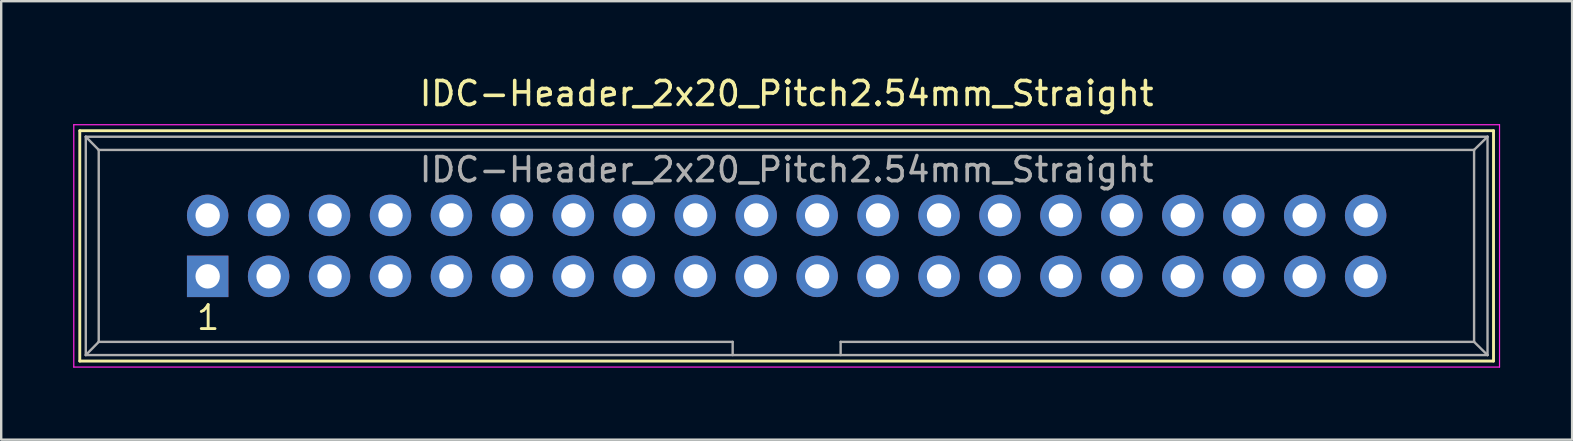
<source format=kicad_pcb>
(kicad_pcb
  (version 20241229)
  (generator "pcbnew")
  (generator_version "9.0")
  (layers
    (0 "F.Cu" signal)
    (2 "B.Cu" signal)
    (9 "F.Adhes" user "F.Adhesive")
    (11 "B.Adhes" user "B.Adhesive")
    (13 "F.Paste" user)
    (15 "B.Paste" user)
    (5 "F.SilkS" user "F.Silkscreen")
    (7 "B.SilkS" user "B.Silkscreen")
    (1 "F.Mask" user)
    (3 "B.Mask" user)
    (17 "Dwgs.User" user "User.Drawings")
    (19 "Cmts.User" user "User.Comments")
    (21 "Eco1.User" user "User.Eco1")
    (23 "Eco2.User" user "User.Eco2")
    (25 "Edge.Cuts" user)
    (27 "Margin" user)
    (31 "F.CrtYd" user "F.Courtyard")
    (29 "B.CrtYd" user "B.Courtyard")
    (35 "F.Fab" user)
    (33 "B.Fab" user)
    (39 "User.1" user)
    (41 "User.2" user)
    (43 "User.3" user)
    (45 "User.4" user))
  (footprint "IDC-Header_2x20_Pitch2.54mm_Straight"
    (layer "F.Cu")
    (at 5.605 8.468)
    (property "Reference" "IDC-Header_2x20_Pitch2.54mm_Straight" (at 24.13 -7.62 0) (layer "F.SilkS") (effects (font (size 1 1) (thickness 0.15))))
    (attr through_hole)
    (fp_line (start -5.33 -6.07) (end 53.59 -6.07) (stroke (width 0.12) (type solid)) (layer "F.SilkS"))
    (fp_line (start -5.33 3.53) (end -5.33 -6.07) (stroke (width 0.12) (type solid)) (layer "F.SilkS"))
    (fp_line (start 53.59 -6.07) (end 53.59 3.53) (stroke (width 0.12) (type solid)) (layer "F.SilkS"))
    (fp_line (start 53.59 3.53) (end -5.33 3.53) (stroke (width 0.12) (type solid)) (layer "F.SilkS"))
    (fp_line (start -5.58 -6.32) (end 53.84 -6.32) (stroke (width 0.05) (type solid)) (layer "F.CrtYd"))
    (fp_line (start -5.58 3.78) (end -5.58 -6.32) (stroke (width 0.05) (type solid)) (layer "F.CrtYd"))
    (fp_line (start 53.84 -6.32) (end 53.84 3.78) (stroke (width 0.05) (type solid)) (layer "F.CrtYd"))
    (fp_line (start 53.84 3.78) (end -5.58 3.78) (stroke (width 0.05) (type solid)) (layer "F.CrtYd"))
    (fp_line (start -5.08 -5.82) (end -5.08 3.28) (stroke (width 0.1) (type solid)) (layer "F.Fab"))
    (fp_line (start -5.08 -5.82) (end -4.54 -5.27) (stroke (width 0.1) (type solid)) (layer "F.Fab"))
    (fp_line (start -5.08 -5.82) (end 53.34 -5.82) (stroke (width 0.1) (type solid)) (layer "F.Fab"))
    (fp_line (start -5.08 3.28) (end -4.54 2.73) (stroke (width 0.1) (type solid)) (layer "F.Fab"))
    (fp_line (start -5.08 3.28) (end 53.34 3.28) (stroke (width 0.1) (type solid)) (layer "F.Fab"))
    (fp_line (start -4.54 -5.27) (end -4.54 2.73) (stroke (width 0.1) (type solid)) (layer "F.Fab"))
    (fp_line (start -4.54 -5.27) (end 52.78 -5.27) (stroke (width 0.1) (type solid)) (layer "F.Fab"))
    (fp_line (start -4.54 2.73) (end 21.88 2.73) (stroke (width 0.1) (type solid)) (layer "F.Fab"))
    (fp_line (start 21.88 2.73) (end 21.88 3.28) (stroke (width 0.1) (type solid)) (layer "F.Fab"))
    (fp_line (start 26.38 2.73) (end 26.38 3.28) (stroke (width 0.1) (type solid)) (layer "F.Fab"))
    (fp_line (start 26.38 2.73) (end 52.78 2.73) (stroke (width 0.1) (type solid)) (layer "F.Fab"))
    (fp_line (start 52.78 -5.27) (end 52.78 2.73) (stroke (width 0.1) (type solid)) (layer "F.Fab"))
    (fp_line (start 53.34 -5.82) (end 52.78 -5.27) (stroke (width 0.1) (type solid)) (layer "F.Fab"))
    (fp_line (start 53.34 -5.82) (end 53.34 3.28) (stroke (width 0.1) (type solid)) (layer "F.Fab"))
    (fp_line (start 53.34 3.28) (end 52.78 2.73) (stroke (width 0.1) (type solid)) (layer "F.Fab"))
    (fp_text user "1" (at 0.02 1.72 0) (layer "F.SilkS") (effects (font (size 1 1) (thickness 0.12))))
    (fp_text user "${REFERENCE}" (at 24.13 -4.445 0) (layer "F.Fab") (effects (font (size 1 1) (thickness 0.15))))
    (pad "1" thru_hole rect (at 0 0) (size 1.727 1.727) (drill 1.016) (layers "*.Cu" "*.Mask"))
    (pad "2" thru_hole oval (at 0 -2.54) (size 1.727 1.727) (drill 1.016) (layers "*.Cu" "*.Mask"))
    (pad "3" thru_hole oval (at 2.54 0) (size 1.727 1.727) (drill 1.016) (layers "*.Cu" "*.Mask"))
    (pad "4" thru_hole oval (at 2.54 -2.54) (size 1.727 1.727) (drill 1.016) (layers "*.Cu" "*.Mask"))
    (pad "5" thru_hole oval (at 5.08 0) (size 1.727 1.727) (drill 1.016) (layers "*.Cu" "*.Mask"))
    (pad "6" thru_hole oval (at 5.08 -2.54) (size 1.727 1.727) (drill 1.016) (layers "*.Cu" "*.Mask"))
    (pad "7" thru_hole oval (at 7.62 0) (size 1.727 1.727) (drill 1.016) (layers "*.Cu" "*.Mask"))
    (pad "8" thru_hole oval (at 7.62 -2.54) (size 1.727 1.727) (drill 1.016) (layers "*.Cu" "*.Mask"))
    (pad "9" thru_hole oval (at 10.16 0) (size 1.727 1.727) (drill 1.016) (layers "*.Cu" "*.Mask"))
    (pad "10" thru_hole oval (at 10.16 -2.54) (size 1.727 1.727) (drill 1.016) (layers "*.Cu" "*.Mask"))
    (pad "11" thru_hole oval (at 12.7 0) (size 1.727 1.727) (drill 1.016) (layers "*.Cu" "*.Mask"))
    (pad "12" thru_hole oval (at 12.7 -2.54) (size 1.727 1.727) (drill 1.016) (layers "*.Cu" "*.Mask"))
    (pad "13" thru_hole oval (at 15.24 0) (size 1.727 1.727) (drill 1.016) (layers "*.Cu" "*.Mask"))
    (pad "14" thru_hole oval (at 15.24 -2.54) (size 1.727 1.727) (drill 1.016) (layers "*.Cu" "*.Mask"))
    (pad "15" thru_hole oval (at 17.78 0) (size 1.727 1.727) (drill 1.016) (layers "*.Cu" "*.Mask"))
    (pad "16" thru_hole oval (at 17.78 -2.54) (size 1.727 1.727) (drill 1.016) (layers "*.Cu" "*.Mask"))
    (pad "17" thru_hole oval (at 20.32 0) (size 1.727 1.727) (drill 1.016) (layers "*.Cu" "*.Mask"))
    (pad "18" thru_hole oval (at 20.32 -2.54) (size 1.727 1.727) (drill 1.016) (layers "*.Cu" "*.Mask"))
    (pad "19" thru_hole oval (at 22.86 0) (size 1.727 1.727) (drill 1.016) (layers "*.Cu" "*.Mask"))
    (pad "20" thru_hole oval (at 22.86 -2.54) (size 1.727 1.727) (drill 1.016) (layers "*.Cu" "*.Mask"))
    (pad "21" thru_hole oval (at 25.4 0) (size 1.727 1.727) (drill 1.016) (layers "*.Cu" "*.Mask"))
    (pad "22" thru_hole oval (at 25.4 -2.54) (size 1.727 1.727) (drill 1.016) (layers "*.Cu" "*.Mask"))
    (pad "23" thru_hole oval (at 27.94 0) (size 1.727 1.727) (drill 1.016) (layers "*.Cu" "*.Mask"))
    (pad "24" thru_hole oval (at 27.94 -2.54) (size 1.727 1.727) (drill 1.016) (layers "*.Cu" "*.Mask"))
    (pad "25" thru_hole oval (at 30.48 0) (size 1.727 1.727) (drill 1.016) (layers "*.Cu" "*.Mask"))
    (pad "26" thru_hole oval (at 30.48 -2.54) (size 1.727 1.727) (drill 1.016) (layers "*.Cu" "*.Mask"))
    (pad "27" thru_hole oval (at 33.02 0) (size 1.727 1.727) (drill 1.016) (layers "*.Cu" "*.Mask"))
    (pad "28" thru_hole oval (at 33.02 -2.54) (size 1.727 1.727) (drill 1.016) (layers "*.Cu" "*.Mask"))
    (pad "29" thru_hole oval (at 35.56 0) (size 1.727 1.727) (drill 1.016) (layers "*.Cu" "*.Mask"))
    (pad "30" thru_hole oval (at 35.56 -2.54) (size 1.727 1.727) (drill 1.016) (layers "*.Cu" "*.Mask"))
    (pad "31" thru_hole oval (at 38.1 0) (size 1.727 1.727) (drill 1.016) (layers "*.Cu" "*.Mask"))
    (pad "32" thru_hole oval (at 38.1 -2.54) (size 1.727 1.727) (drill 1.016) (layers "*.Cu" "*.Mask"))
    (pad "33" thru_hole oval (at 40.64 0) (size 1.727 1.727) (drill 1.016) (layers "*.Cu" "*.Mask"))
    (pad "34" thru_hole oval (at 40.64 -2.54) (size 1.727 1.727) (drill 1.016) (layers "*.Cu" "*.Mask"))
    (pad "35" thru_hole oval (at 43.18 0) (size 1.727 1.727) (drill 1.016) (layers "*.Cu" "*.Mask"))
    (pad "36" thru_hole oval (at 43.18 -2.54) (size 1.727 1.727) (drill 1.016) (layers "*.Cu" "*.Mask"))
    (pad "37" thru_hole oval (at 45.72 0) (size 1.727 1.727) (drill 1.016) (layers "*.Cu" "*.Mask"))
    (pad "38" thru_hole oval (at 45.72 -2.54) (size 1.727 1.727) (drill 1.016) (layers "*.Cu" "*.Mask"))
    (pad "39" thru_hole oval (at 48.26 0) (size 1.727 1.727) (drill 1.016) (layers "*.Cu" "*.Mask"))
    (pad "40" thru_hole oval (at 48.26 -2.54) (size 1.727 1.727) (drill 1.016) (layers "*.Cu" "*.Mask")))
  (gr_rect
    (start -3 -3)
    (end 62.47 15.273)
    (stroke (width 0.1) (type default))
    (fill no)
    (layer "Edge.Cuts")))
</source>
